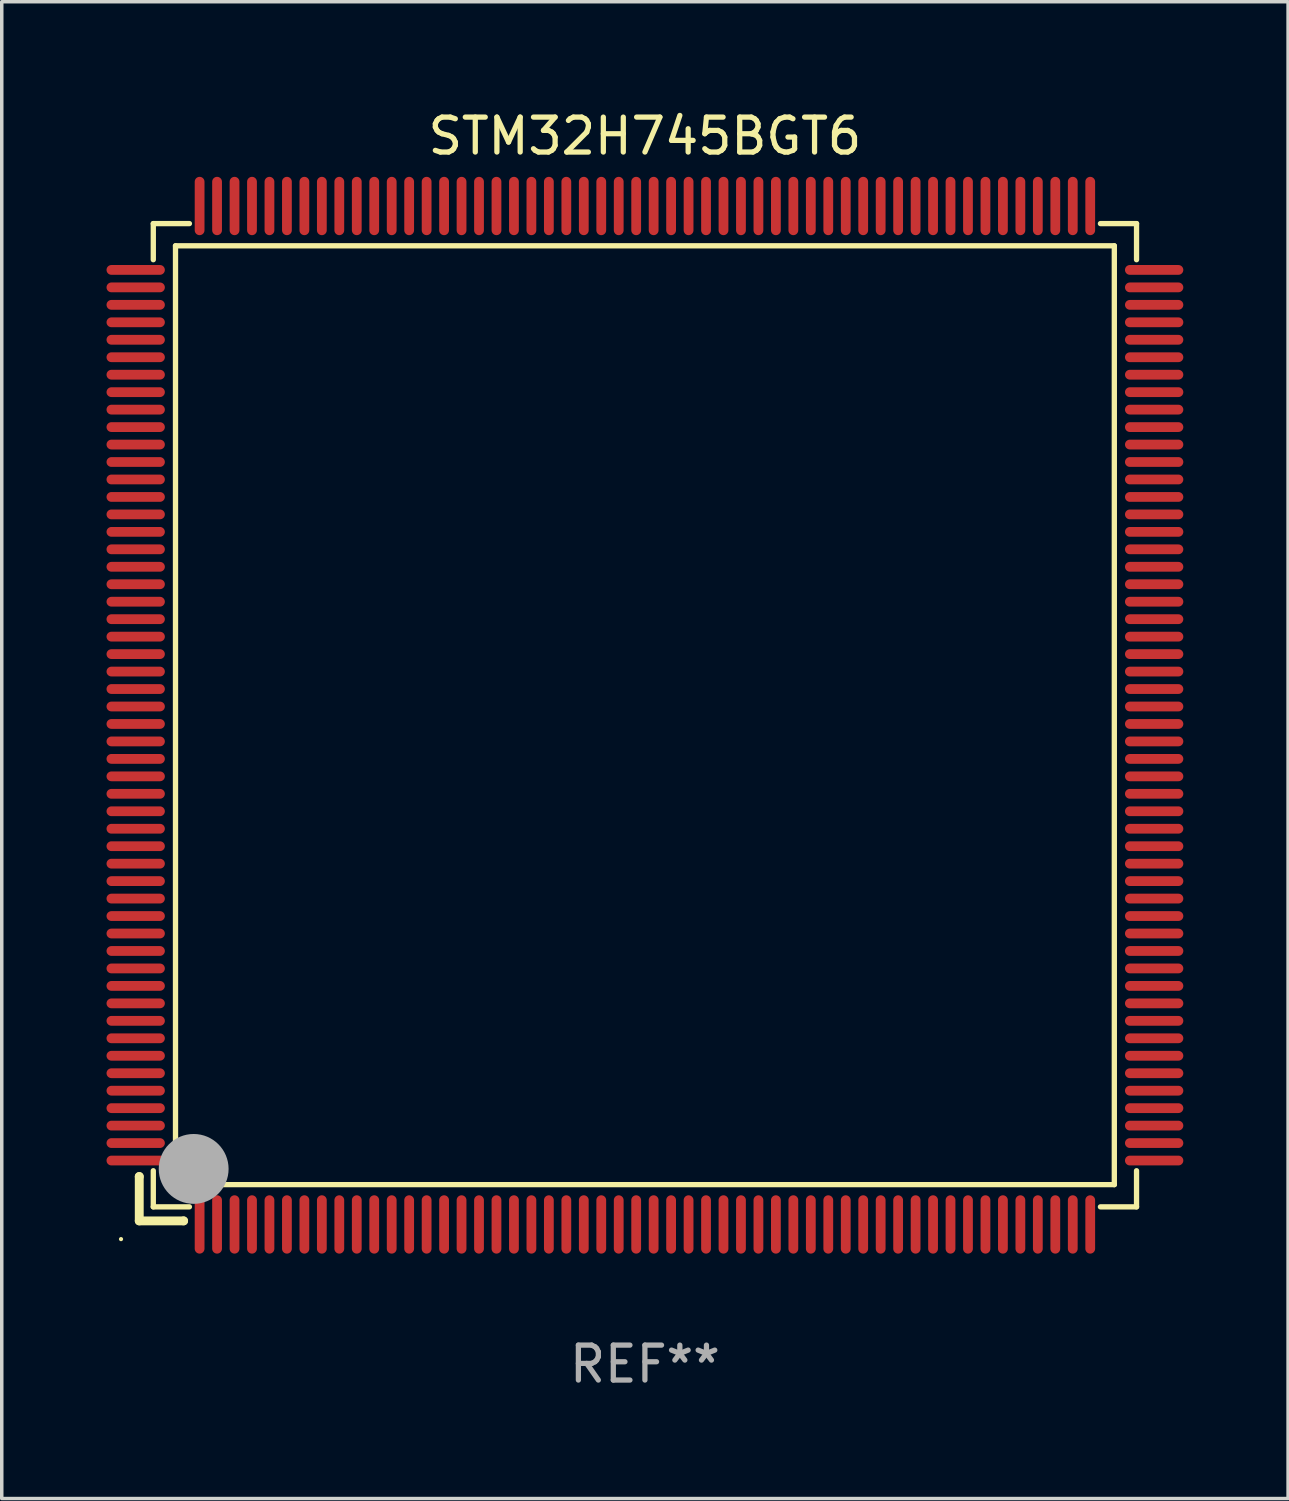
<source format=kicad_pcb>
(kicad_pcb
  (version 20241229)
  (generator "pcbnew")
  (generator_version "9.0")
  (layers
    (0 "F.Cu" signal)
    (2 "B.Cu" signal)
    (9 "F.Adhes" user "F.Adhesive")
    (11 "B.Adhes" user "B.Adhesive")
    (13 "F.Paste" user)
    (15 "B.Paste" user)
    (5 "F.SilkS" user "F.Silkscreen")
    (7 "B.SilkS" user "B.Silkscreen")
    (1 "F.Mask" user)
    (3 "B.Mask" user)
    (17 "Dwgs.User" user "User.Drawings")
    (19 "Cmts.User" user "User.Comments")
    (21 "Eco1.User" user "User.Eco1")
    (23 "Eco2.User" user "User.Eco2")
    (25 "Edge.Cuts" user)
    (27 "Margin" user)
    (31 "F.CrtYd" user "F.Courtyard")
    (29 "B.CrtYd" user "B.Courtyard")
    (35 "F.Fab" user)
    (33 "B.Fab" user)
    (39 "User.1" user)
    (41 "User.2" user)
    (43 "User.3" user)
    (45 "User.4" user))
  (footprint "STM32H745BGT6"
    (layer "F.Cu")
    (at 15.415 17.428)
    (property "Reference" "STM32H745BGT6" (at 0 -16.58 0) (layer "F.SilkS") (effects (font (size 1 1) (thickness 0.15))))
    (attr through_hole)
    (fp_line (start -14.478 13.208) (end -14.478 13.208) (stroke (width 0.254) (type solid)) (layer "F.SilkS"))
    (fp_line (start -14.478 13.208) (end -14.478 14.478) (stroke (width 0.254) (type solid)) (layer "F.SilkS"))
    (fp_line (start -14.478 14.478) (end -13.208 14.478) (stroke (width 0.254) (type solid)) (layer "F.SilkS"))
    (fp_line (start -14.076 -14.076) (end -14.076 -13.042) (stroke (width 0.152) (type solid)) (layer "F.SilkS"))
    (fp_line (start -14.076 14.076) (end -14.076 13.042) (stroke (width 0.152) (type solid)) (layer "F.SilkS"))
    (fp_line (start -13.44 -13.44) (end 13.44 -13.44) (stroke (width 0.152) (type solid)) (layer "F.SilkS"))
    (fp_line (start -13.44 13.44) (end -13.44 -13.44) (stroke (width 0.152) (type solid)) (layer "F.SilkS"))
    (fp_line (start -13.208 14.478) (end -13.208 14.478) (stroke (width 0.254) (type solid)) (layer "F.SilkS"))
    (fp_line (start -13.042 -14.076) (end -14.076 -14.076) (stroke (width 0.152) (type solid)) (layer "F.SilkS"))
    (fp_line (start -13.042 14.076) (end -14.076 14.076) (stroke (width 0.152) (type solid)) (layer "F.SilkS"))
    (fp_line (start 13.042 -14.076) (end 14.076 -14.076) (stroke (width 0.152) (type solid)) (layer "F.SilkS"))
    (fp_line (start 13.042 14.076) (end 14.076 14.076) (stroke (width 0.152) (type solid)) (layer "F.SilkS"))
    (fp_line (start 13.44 -13.44) (end 13.44 13.44) (stroke (width 0.152) (type solid)) (layer "F.SilkS"))
    (fp_line (start 13.44 13.44) (end -13.44 13.44) (stroke (width 0.152) (type solid)) (layer "F.SilkS"))
    (fp_line (start 14.076 -14.076) (end 14.076 -13.042) (stroke (width 0.152) (type solid)) (layer "F.SilkS"))
    (fp_line (start 14.076 14.076) (end 14.076 13.042) (stroke (width 0.152) (type solid)) (layer "F.SilkS"))
    (fp_circle (center -15 15) (end -14.97 15) (stroke (width 0.06) (type solid)) (fill no) (layer "F.SilkS"))
    (fp_circle (center -13.138 13.138) (end -13.063 13.138) (stroke (width 0.15) (type solid)) (fill no) (layer "F.SilkS"))
    (fp_circle (center -12.92 12.99) (end -12.42 12.99) (stroke (width 1) (type solid)) (fill no) (layer "F.Fab"))
    (fp_text user "REF**" (at 0 18.58 0) (layer "F.Fab") (effects (font (size 1 1) (thickness 0.15))))
    (pad "1" smd oval (at -12.75 14.58) (size 0.28 1.67) (layers "F.Cu" "F.Mask" "F.Paste"))
    (pad "2" smd oval (at -12.25 14.58) (size 0.28 1.67) (layers "F.Cu" "F.Mask" "F.Paste"))
    (pad "3" smd oval (at -11.75 14.58) (size 0.28 1.67) (layers "F.Cu" "F.Mask" "F.Paste"))
    (pad "4" smd oval (at -11.25 14.58) (size 0.28 1.67) (layers "F.Cu" "F.Mask" "F.Paste"))
    (pad "5" smd oval (at -10.75 14.58) (size 0.28 1.67) (layers "F.Cu" "F.Mask" "F.Paste"))
    (pad "6" smd oval (at -10.25 14.58) (size 0.28 1.67) (layers "F.Cu" "F.Mask" "F.Paste"))
    (pad "7" smd oval (at -9.75 14.58) (size 0.28 1.67) (layers "F.Cu" "F.Mask" "F.Paste"))
    (pad "8" smd oval (at -9.25 14.58) (size 0.28 1.67) (layers "F.Cu" "F.Mask" "F.Paste"))
    (pad "9" smd oval (at -8.75 14.58) (size 0.28 1.67) (layers "F.Cu" "F.Mask" "F.Paste"))
    (pad "10" smd oval (at -8.25 14.58) (size 0.28 1.67) (layers "F.Cu" "F.Mask" "F.Paste"))
    (pad "11" smd oval (at -7.75 14.58) (size 0.28 1.67) (layers "F.Cu" "F.Mask" "F.Paste"))
    (pad "12" smd oval (at -7.25 14.58) (size 0.28 1.67) (layers "F.Cu" "F.Mask" "F.Paste"))
    (pad "13" smd oval (at -6.75 14.58) (size 0.28 1.67) (layers "F.Cu" "F.Mask" "F.Paste"))
    (pad "14" smd oval (at -6.25 14.58) (size 0.28 1.67) (layers "F.Cu" "F.Mask" "F.Paste"))
    (pad "15" smd oval (at -5.75 14.58) (size 0.28 1.67) (layers "F.Cu" "F.Mask" "F.Paste"))
    (pad "16" smd oval (at -5.25 14.58) (size 0.28 1.67) (layers "F.Cu" "F.Mask" "F.Paste"))
    (pad "17" smd oval (at -4.75 14.58) (size 0.28 1.67) (layers "F.Cu" "F.Mask" "F.Paste"))
    (pad "18" smd oval (at -4.25 14.58) (size 0.28 1.67) (layers "F.Cu" "F.Mask" "F.Paste"))
    (pad "19" smd oval (at -3.75 14.58) (size 0.28 1.67) (layers "F.Cu" "F.Mask" "F.Paste"))
    (pad "20" smd oval (at -3.25 14.58) (size 0.28 1.67) (layers "F.Cu" "F.Mask" "F.Paste"))
    (pad "21" smd oval (at -2.75 14.58) (size 0.28 1.67) (layers "F.Cu" "F.Mask" "F.Paste"))
    (pad "22" smd oval (at -2.25 14.58) (size 0.28 1.67) (layers "F.Cu" "F.Mask" "F.Paste"))
    (pad "23" smd oval (at -1.75 14.58) (size 0.28 1.67) (layers "F.Cu" "F.Mask" "F.Paste"))
    (pad "24" smd oval (at -1.25 14.58) (size 0.28 1.67) (layers "F.Cu" "F.Mask" "F.Paste"))
    (pad "25" smd oval (at -0.75 14.58) (size 0.28 1.67) (layers "F.Cu" "F.Mask" "F.Paste"))
    (pad "26" smd oval (at -0.25 14.58) (size 0.28 1.67) (layers "F.Cu" "F.Mask" "F.Paste"))
    (pad "27" smd oval (at 0.25 14.58) (size 0.28 1.67) (layers "F.Cu" "F.Mask" "F.Paste"))
    (pad "28" smd oval (at 0.75 14.58) (size 0.28 1.67) (layers "F.Cu" "F.Mask" "F.Paste"))
    (pad "29" smd oval (at 1.25 14.58) (size 0.28 1.67) (layers "F.Cu" "F.Mask" "F.Paste"))
    (pad "30" smd oval (at 1.75 14.58) (size 0.28 1.67) (layers "F.Cu" "F.Mask" "F.Paste"))
    (pad "31" smd oval (at 2.25 14.58) (size 0.28 1.67) (layers "F.Cu" "F.Mask" "F.Paste"))
    (pad "32" smd oval (at 2.75 14.58) (size 0.28 1.67) (layers "F.Cu" "F.Mask" "F.Paste"))
    (pad "33" smd oval (at 3.25 14.58) (size 0.28 1.67) (layers "F.Cu" "F.Mask" "F.Paste"))
    (pad "34" smd oval (at 3.75 14.58) (size 0.28 1.67) (layers "F.Cu" "F.Mask" "F.Paste"))
    (pad "35" smd oval (at 4.25 14.58) (size 0.28 1.67) (layers "F.Cu" "F.Mask" "F.Paste"))
    (pad "36" smd oval (at 4.75 14.58) (size 0.28 1.67) (layers "F.Cu" "F.Mask" "F.Paste"))
    (pad "37" smd oval (at 5.25 14.58) (size 0.28 1.67) (layers "F.Cu" "F.Mask" "F.Paste"))
    (pad "38" smd oval (at 5.75 14.58) (size 0.28 1.67) (layers "F.Cu" "F.Mask" "F.Paste"))
    (pad "39" smd oval (at 6.25 14.58) (size 0.28 1.67) (layers "F.Cu" "F.Mask" "F.Paste"))
    (pad "40" smd oval (at 6.75 14.58) (size 0.28 1.67) (layers "F.Cu" "F.Mask" "F.Paste"))
    (pad "41" smd oval (at 7.25 14.58) (size 0.28 1.67) (layers "F.Cu" "F.Mask" "F.Paste"))
    (pad "42" smd oval (at 7.75 14.58) (size 0.28 1.67) (layers "F.Cu" "F.Mask" "F.Paste"))
    (pad "43" smd oval (at 8.25 14.58) (size 0.28 1.67) (layers "F.Cu" "F.Mask" "F.Paste"))
    (pad "44" smd oval (at 8.75 14.58) (size 0.28 1.67) (layers "F.Cu" "F.Mask" "F.Paste"))
    (pad "45" smd oval (at 9.25 14.58) (size 0.28 1.67) (layers "F.Cu" "F.Mask" "F.Paste"))
    (pad "46" smd oval (at 9.75 14.58) (size 0.28 1.67) (layers "F.Cu" "F.Mask" "F.Paste"))
    (pad "47" smd oval (at 10.25 14.58) (size 0.28 1.67) (layers "F.Cu" "F.Mask" "F.Paste"))
    (pad "48" smd oval (at 10.75 14.58) (size 0.28 1.67) (layers "F.Cu" "F.Mask" "F.Paste"))
    (pad "49" smd oval (at 11.25 14.58) (size 0.28 1.67) (layers "F.Cu" "F.Mask" "F.Paste"))
    (pad "50" smd oval (at 11.75 14.58) (size 0.28 1.67) (layers "F.Cu" "F.Mask" "F.Paste"))
    (pad "51" smd oval (at 12.25 14.58) (size 0.28 1.67) (layers "F.Cu" "F.Mask" "F.Paste"))
    (pad "52" smd oval (at 12.75 14.58) (size 0.28 1.67) (layers "F.Cu" "F.Mask" "F.Paste"))
    (pad "53" smd oval (at 14.58 12.75) (size 1.67 0.28) (layers "F.Cu" "F.Mask" "F.Paste"))
    (pad "54" smd oval (at 14.58 12.25) (size 1.67 0.28) (layers "F.Cu" "F.Mask" "F.Paste"))
    (pad "55" smd oval (at 14.58 11.75) (size 1.67 0.28) (layers "F.Cu" "F.Mask" "F.Paste"))
    (pad "56" smd oval (at 14.58 11.25) (size 1.67 0.28) (layers "F.Cu" "F.Mask" "F.Paste"))
    (pad "57" smd oval (at 14.58 10.75) (size 1.67 0.28) (layers "F.Cu" "F.Mask" "F.Paste"))
    (pad "58" smd oval (at 14.58 10.25) (size 1.67 0.28) (layers "F.Cu" "F.Mask" "F.Paste"))
    (pad "59" smd oval (at 14.58 9.75) (size 1.67 0.28) (layers "F.Cu" "F.Mask" "F.Paste"))
    (pad "60" smd oval (at 14.58 9.25) (size 1.67 0.28) (layers "F.Cu" "F.Mask" "F.Paste"))
    (pad "61" smd oval (at 14.58 8.75) (size 1.67 0.28) (layers "F.Cu" "F.Mask" "F.Paste"))
    (pad "62" smd oval (at 14.58 8.25) (size 1.67 0.28) (layers "F.Cu" "F.Mask" "F.Paste"))
    (pad "63" smd oval (at 14.58 7.75) (size 1.67 0.28) (layers "F.Cu" "F.Mask" "F.Paste"))
    (pad "64" smd oval (at 14.58 7.25) (size 1.67 0.28) (layers "F.Cu" "F.Mask" "F.Paste"))
    (pad "65" smd oval (at 14.58 6.75) (size 1.67 0.28) (layers "F.Cu" "F.Mask" "F.Paste"))
    (pad "66" smd oval (at 14.58 6.25) (size 1.67 0.28) (layers "F.Cu" "F.Mask" "F.Paste"))
    (pad "67" smd oval (at 14.58 5.75) (size 1.67 0.28) (layers "F.Cu" "F.Mask" "F.Paste"))
    (pad "68" smd oval (at 14.58 5.25) (size 1.67 0.28) (layers "F.Cu" "F.Mask" "F.Paste"))
    (pad "69" smd oval (at 14.58 4.75) (size 1.67 0.28) (layers "F.Cu" "F.Mask" "F.Paste"))
    (pad "70" smd oval (at 14.58 4.25) (size 1.67 0.28) (layers "F.Cu" "F.Mask" "F.Paste"))
    (pad "71" smd oval (at 14.58 3.75) (size 1.67 0.28) (layers "F.Cu" "F.Mask" "F.Paste"))
    (pad "72" smd oval (at 14.58 3.25) (size 1.67 0.28) (layers "F.Cu" "F.Mask" "F.Paste"))
    (pad "73" smd oval (at 14.58 2.75) (size 1.67 0.28) (layers "F.Cu" "F.Mask" "F.Paste"))
    (pad "74" smd oval (at 14.58 2.25) (size 1.67 0.28) (layers "F.Cu" "F.Mask" "F.Paste"))
    (pad "75" smd oval (at 14.58 1.75) (size 1.67 0.28) (layers "F.Cu" "F.Mask" "F.Paste"))
    (pad "76" smd oval (at 14.58 1.25) (size 1.67 0.28) (layers "F.Cu" "F.Mask" "F.Paste"))
    (pad "77" smd oval (at 14.58 0.75) (size 1.67 0.28) (layers "F.Cu" "F.Mask" "F.Paste"))
    (pad "78" smd oval (at 14.58 0.25) (size 1.67 0.28) (layers "F.Cu" "F.Mask" "F.Paste"))
    (pad "79" smd oval (at 14.58 -0.25) (size 1.67 0.28) (layers "F.Cu" "F.Mask" "F.Paste"))
    (pad "80" smd oval (at 14.58 -0.75) (size 1.67 0.28) (layers "F.Cu" "F.Mask" "F.Paste"))
    (pad "81" smd oval (at 14.58 -1.25) (size 1.67 0.28) (layers "F.Cu" "F.Mask" "F.Paste"))
    (pad "82" smd oval (at 14.58 -1.75) (size 1.67 0.28) (layers "F.Cu" "F.Mask" "F.Paste"))
    (pad "83" smd oval (at 14.58 -2.25) (size 1.67 0.28) (layers "F.Cu" "F.Mask" "F.Paste"))
    (pad "84" smd oval (at 14.58 -2.75) (size 1.67 0.28) (layers "F.Cu" "F.Mask" "F.Paste"))
    (pad "85" smd oval (at 14.58 -3.25) (size 1.67 0.28) (layers "F.Cu" "F.Mask" "F.Paste"))
    (pad "86" smd oval (at 14.58 -3.75) (size 1.67 0.28) (layers "F.Cu" "F.Mask" "F.Paste"))
    (pad "87" smd oval (at 14.58 -4.25) (size 1.67 0.28) (layers "F.Cu" "F.Mask" "F.Paste"))
    (pad "88" smd oval (at 14.58 -4.75) (size 1.67 0.28) (layers "F.Cu" "F.Mask" "F.Paste"))
    (pad "89" smd oval (at 14.58 -5.25) (size 1.67 0.28) (layers "F.Cu" "F.Mask" "F.Paste"))
    (pad "90" smd oval (at 14.58 -5.75) (size 1.67 0.28) (layers "F.Cu" "F.Mask" "F.Paste"))
    (pad "91" smd oval (at 14.58 -6.25) (size 1.67 0.28) (layers "F.Cu" "F.Mask" "F.Paste"))
    (pad "92" smd oval (at 14.58 -6.75) (size 1.67 0.28) (layers "F.Cu" "F.Mask" "F.Paste"))
    (pad "93" smd oval (at 14.58 -7.25) (size 1.67 0.28) (layers "F.Cu" "F.Mask" "F.Paste"))
    (pad "94" smd oval (at 14.58 -7.75) (size 1.67 0.28) (layers "F.Cu" "F.Mask" "F.Paste"))
    (pad "95" smd oval (at 14.58 -8.25) (size 1.67 0.28) (layers "F.Cu" "F.Mask" "F.Paste"))
    (pad "96" smd oval (at 14.58 -8.75) (size 1.67 0.28) (layers "F.Cu" "F.Mask" "F.Paste"))
    (pad "97" smd oval (at 14.58 -9.25) (size 1.67 0.28) (layers "F.Cu" "F.Mask" "F.Paste"))
    (pad "98" smd oval (at 14.58 -9.75) (size 1.67 0.28) (layers "F.Cu" "F.Mask" "F.Paste"))
    (pad "99" smd oval (at 14.58 -10.25) (size 1.67 0.28) (layers "F.Cu" "F.Mask" "F.Paste"))
    (pad "100" smd oval (at 14.58 -10.75) (size 1.67 0.28) (layers "F.Cu" "F.Mask" "F.Paste"))
    (pad "101" smd oval (at 14.58 -11.25) (size 1.67 0.28) (layers "F.Cu" "F.Mask" "F.Paste"))
    (pad "102" smd oval (at 14.58 -11.75) (size 1.67 0.28) (layers "F.Cu" "F.Mask" "F.Paste"))
    (pad "103" smd oval (at 14.58 -12.25) (size 1.67 0.28) (layers "F.Cu" "F.Mask" "F.Paste"))
    (pad "104" smd oval (at 14.58 -12.75) (size 1.67 0.28) (layers "F.Cu" "F.Mask" "F.Paste"))
    (pad "105" smd oval (at 12.75 -14.58) (size 0.28 1.67) (layers "F.Cu" "F.Mask" "F.Paste"))
    (pad "106" smd oval (at 12.25 -14.58) (size 0.28 1.67) (layers "F.Cu" "F.Mask" "F.Paste"))
    (pad "107" smd oval (at 11.75 -14.58) (size 0.28 1.67) (layers "F.Cu" "F.Mask" "F.Paste"))
    (pad "108" smd oval (at 11.25 -14.58) (size 0.28 1.67) (layers "F.Cu" "F.Mask" "F.Paste"))
    (pad "109" smd oval (at 10.75 -14.58) (size 0.28 1.67) (layers "F.Cu" "F.Mask" "F.Paste"))
    (pad "110" smd oval (at 10.25 -14.58) (size 0.28 1.67) (layers "F.Cu" "F.Mask" "F.Paste"))
    (pad "111" smd oval (at 9.75 -14.58) (size 0.28 1.67) (layers "F.Cu" "F.Mask" "F.Paste"))
    (pad "112" smd oval (at 9.25 -14.58) (size 0.28 1.67) (layers "F.Cu" "F.Mask" "F.Paste"))
    (pad "113" smd oval (at 8.75 -14.58) (size 0.28 1.67) (layers "F.Cu" "F.Mask" "F.Paste"))
    (pad "114" smd oval (at 8.25 -14.58) (size 0.28 1.67) (layers "F.Cu" "F.Mask" "F.Paste"))
    (pad "115" smd oval (at 7.75 -14.58) (size 0.28 1.67) (layers "F.Cu" "F.Mask" "F.Paste"))
    (pad "116" smd oval (at 7.25 -14.58) (size 0.28 1.67) (layers "F.Cu" "F.Mask" "F.Paste"))
    (pad "117" smd oval (at 6.75 -14.58) (size 0.28 1.67) (layers "F.Cu" "F.Mask" "F.Paste"))
    (pad "118" smd oval (at 6.25 -14.58) (size 0.28 1.67) (layers "F.Cu" "F.Mask" "F.Paste"))
    (pad "119" smd oval (at 5.75 -14.58) (size 0.28 1.67) (layers "F.Cu" "F.Mask" "F.Paste"))
    (pad "120" smd oval (at 5.25 -14.58) (size 0.28 1.67) (layers "F.Cu" "F.Mask" "F.Paste"))
    (pad "121" smd oval (at 4.75 -14.58) (size 0.28 1.67) (layers "F.Cu" "F.Mask" "F.Paste"))
    (pad "122" smd oval (at 4.25 -14.58) (size 0.28 1.67) (layers "F.Cu" "F.Mask" "F.Paste"))
    (pad "123" smd oval (at 3.75 -14.58) (size 0.28 1.67) (layers "F.Cu" "F.Mask" "F.Paste"))
    (pad "124" smd oval (at 3.25 -14.58) (size 0.28 1.67) (layers "F.Cu" "F.Mask" "F.Paste"))
    (pad "125" smd oval (at 2.75 -14.58) (size 0.28 1.67) (layers "F.Cu" "F.Mask" "F.Paste"))
    (pad "126" smd oval (at 2.25 -14.58) (size 0.28 1.67) (layers "F.Cu" "F.Mask" "F.Paste"))
    (pad "127" smd oval (at 1.75 -14.58) (size 0.28 1.67) (layers "F.Cu" "F.Mask" "F.Paste"))
    (pad "128" smd oval (at 1.25 -14.58) (size 0.28 1.67) (layers "F.Cu" "F.Mask" "F.Paste"))
    (pad "129" smd oval (at 0.75 -14.58) (size 0.28 1.67) (layers "F.Cu" "F.Mask" "F.Paste"))
    (pad "130" smd oval (at 0.25 -14.58) (size 0.28 1.67) (layers "F.Cu" "F.Mask" "F.Paste"))
    (pad "131" smd oval (at -0.25 -14.58) (size 0.28 1.67) (layers "F.Cu" "F.Mask" "F.Paste"))
    (pad "132" smd oval (at -0.75 -14.58) (size 0.28 1.67) (layers "F.Cu" "F.Mask" "F.Paste"))
    (pad "133" smd oval (at -1.25 -14.58) (size 0.28 1.67) (layers "F.Cu" "F.Mask" "F.Paste"))
    (pad "134" smd oval (at -1.75 -14.58) (size 0.28 1.67) (layers "F.Cu" "F.Mask" "F.Paste"))
    (pad "135" smd oval (at -2.25 -14.58) (size 0.28 1.67) (layers "F.Cu" "F.Mask" "F.Paste"))
    (pad "136" smd oval (at -2.75 -14.58) (size 0.28 1.67) (layers "F.Cu" "F.Mask" "F.Paste"))
    (pad "137" smd oval (at -3.25 -14.58) (size 0.28 1.67) (layers "F.Cu" "F.Mask" "F.Paste"))
    (pad "138" smd oval (at -3.75 -14.58) (size 0.28 1.67) (layers "F.Cu" "F.Mask" "F.Paste"))
    (pad "139" smd oval (at -4.25 -14.58) (size 0.28 1.67) (layers "F.Cu" "F.Mask" "F.Paste"))
    (pad "140" smd oval (at -4.75 -14.58) (size 0.28 1.67) (layers "F.Cu" "F.Mask" "F.Paste"))
    (pad "141" smd oval (at -5.25 -14.58) (size 0.28 1.67) (layers "F.Cu" "F.Mask" "F.Paste"))
    (pad "142" smd oval (at -5.75 -14.58) (size 0.28 1.67) (layers "F.Cu" "F.Mask" "F.Paste"))
    (pad "143" smd oval (at -6.25 -14.58) (size 0.28 1.67) (layers "F.Cu" "F.Mask" "F.Paste"))
    (pad "144" smd oval (at -6.75 -14.58) (size 0.28 1.67) (layers "F.Cu" "F.Mask" "F.Paste"))
    (pad "145" smd oval (at -7.25 -14.58) (size 0.28 1.67) (layers "F.Cu" "F.Mask" "F.Paste"))
    (pad "146" smd oval (at -7.75 -14.58) (size 0.28 1.67) (layers "F.Cu" "F.Mask" "F.Paste"))
    (pad "147" smd oval (at -8.25 -14.58) (size 0.28 1.67) (layers "F.Cu" "F.Mask" "F.Paste"))
    (pad "148" smd oval (at -8.75 -14.58) (size 0.28 1.67) (layers "F.Cu" "F.Mask" "F.Paste"))
    (pad "149" smd oval (at -9.25 -14.58) (size 0.28 1.67) (layers "F.Cu" "F.Mask" "F.Paste"))
    (pad "150" smd oval (at -9.75 -14.58) (size 0.28 1.67) (layers "F.Cu" "F.Mask" "F.Paste"))
    (pad "151" smd oval (at -10.25 -14.58) (size 0.28 1.67) (layers "F.Cu" "F.Mask" "F.Paste"))
    (pad "152" smd oval (at -10.75 -14.58) (size 0.28 1.67) (layers "F.Cu" "F.Mask" "F.Paste"))
    (pad "153" smd oval (at -11.25 -14.58) (size 0.28 1.67) (layers "F.Cu" "F.Mask" "F.Paste"))
    (pad "154" smd oval (at -11.75 -14.58) (size 0.28 1.67) (layers "F.Cu" "F.Mask" "F.Paste"))
    (pad "155" smd oval (at -12.25 -14.58) (size 0.28 1.67) (layers "F.Cu" "F.Mask" "F.Paste"))
    (pad "156" smd oval (at -12.75 -14.58) (size 0.28 1.67) (layers "F.Cu" "F.Mask" "F.Paste"))
    (pad "157" smd oval (at -14.58 -12.75) (size 1.67 0.28) (layers "F.Cu" "F.Mask" "F.Paste"))
    (pad "158" smd oval (at -14.58 -12.25) (size 1.67 0.28) (layers "F.Cu" "F.Mask" "F.Paste"))
    (pad "159" smd oval (at -14.58 -11.75) (size 1.67 0.28) (layers "F.Cu" "F.Mask" "F.Paste"))
    (pad "160" smd oval (at -14.58 -11.25) (size 1.67 0.28) (layers "F.Cu" "F.Mask" "F.Paste"))
    (pad "161" smd oval (at -14.58 -10.75) (size 1.67 0.28) (layers "F.Cu" "F.Mask" "F.Paste"))
    (pad "162" smd oval (at -14.58 -10.25) (size 1.67 0.28) (layers "F.Cu" "F.Mask" "F.Paste"))
    (pad "163" smd oval (at -14.58 -9.75) (size 1.67 0.28) (layers "F.Cu" "F.Mask" "F.Paste"))
    (pad "164" smd oval (at -14.58 -9.25) (size 1.67 0.28) (layers "F.Cu" "F.Mask" "F.Paste"))
    (pad "165" smd oval (at -14.58 -8.75) (size 1.67 0.28) (layers "F.Cu" "F.Mask" "F.Paste"))
    (pad "166" smd oval (at -14.58 -8.25) (size 1.67 0.28) (layers "F.Cu" "F.Mask" "F.Paste"))
    (pad "167" smd oval (at -14.58 -7.75) (size 1.67 0.28) (layers "F.Cu" "F.Mask" "F.Paste"))
    (pad "168" smd oval (at -14.58 -7.25) (size 1.67 0.28) (layers "F.Cu" "F.Mask" "F.Paste"))
    (pad "169" smd oval (at -14.58 -6.75) (size 1.67 0.28) (layers "F.Cu" "F.Mask" "F.Paste"))
    (pad "170" smd oval (at -14.58 -6.25) (size 1.67 0.28) (layers "F.Cu" "F.Mask" "F.Paste"))
    (pad "171" smd oval (at -14.58 -5.75) (size 1.67 0.28) (layers "F.Cu" "F.Mask" "F.Paste"))
    (pad "172" smd oval (at -14.58 -5.25) (size 1.67 0.28) (layers "F.Cu" "F.Mask" "F.Paste"))
    (pad "173" smd oval (at -14.58 -4.75) (size 1.67 0.28) (layers "F.Cu" "F.Mask" "F.Paste"))
    (pad "174" smd oval (at -14.58 -4.25) (size 1.67 0.28) (layers "F.Cu" "F.Mask" "F.Paste"))
    (pad "175" smd oval (at -14.58 -3.75) (size 1.67 0.28) (layers "F.Cu" "F.Mask" "F.Paste"))
    (pad "176" smd oval (at -14.58 -3.25) (size 1.67 0.28) (layers "F.Cu" "F.Mask" "F.Paste"))
    (pad "177" smd oval (at -14.58 -2.75) (size 1.67 0.28) (layers "F.Cu" "F.Mask" "F.Paste"))
    (pad "178" smd oval (at -14.58 -2.25) (size 1.67 0.28) (layers "F.Cu" "F.Mask" "F.Paste"))
    (pad "179" smd oval (at -14.58 -1.75) (size 1.67 0.28) (layers "F.Cu" "F.Mask" "F.Paste"))
    (pad "180" smd oval (at -14.58 -1.25) (size 1.67 0.28) (layers "F.Cu" "F.Mask" "F.Paste"))
    (pad "181" smd oval (at -14.58 -0.75) (size 1.67 0.28) (layers "F.Cu" "F.Mask" "F.Paste"))
    (pad "182" smd oval (at -14.58 -0.25) (size 1.67 0.28) (layers "F.Cu" "F.Mask" "F.Paste"))
    (pad "183" smd oval (at -14.58 0.25) (size 1.67 0.28) (layers "F.Cu" "F.Mask" "F.Paste"))
    (pad "184" smd oval (at -14.58 0.75) (size 1.67 0.28) (layers "F.Cu" "F.Mask" "F.Paste"))
    (pad "185" smd oval (at -14.58 1.25) (size 1.67 0.28) (layers "F.Cu" "F.Mask" "F.Paste"))
    (pad "186" smd oval (at -14.58 1.75) (size 1.67 0.28) (layers "F.Cu" "F.Mask" "F.Paste"))
    (pad "187" smd oval (at -14.58 2.25) (size 1.67 0.28) (layers "F.Cu" "F.Mask" "F.Paste"))
    (pad "188" smd oval (at -14.58 2.75) (size 1.67 0.28) (layers "F.Cu" "F.Mask" "F.Paste"))
    (pad "189" smd oval (at -14.58 3.25) (size 1.67 0.28) (layers "F.Cu" "F.Mask" "F.Paste"))
    (pad "190" smd oval (at -14.58 3.75) (size 1.67 0.28) (layers "F.Cu" "F.Mask" "F.Paste"))
    (pad "191" smd oval (at -14.58 4.25) (size 1.67 0.28) (layers "F.Cu" "F.Mask" "F.Paste"))
    (pad "192" smd oval (at -14.58 4.75) (size 1.67 0.28) (layers "F.Cu" "F.Mask" "F.Paste"))
    (pad "193" smd oval (at -14.58 5.25) (size 1.67 0.28) (layers "F.Cu" "F.Mask" "F.Paste"))
    (pad "194" smd oval (at -14.58 5.75) (size 1.67 0.28) (layers "F.Cu" "F.Mask" "F.Paste"))
    (pad "195" smd oval (at -14.58 6.25) (size 1.67 0.28) (layers "F.Cu" "F.Mask" "F.Paste"))
    (pad "196" smd oval (at -14.58 6.75) (size 1.67 0.28) (layers "F.Cu" "F.Mask" "F.Paste"))
    (pad "197" smd oval (at -14.58 7.25) (size 1.67 0.28) (layers "F.Cu" "F.Mask" "F.Paste"))
    (pad "198" smd oval (at -14.58 7.75) (size 1.67 0.28) (layers "F.Cu" "F.Mask" "F.Paste"))
    (pad "199" smd oval (at -14.58 8.25) (size 1.67 0.28) (layers "F.Cu" "F.Mask" "F.Paste"))
    (pad "200" smd oval (at -14.58 8.75) (size 1.67 0.28) (layers "F.Cu" "F.Mask" "F.Paste"))
    (pad "201" smd oval (at -14.58 9.25) (size 1.67 0.28) (layers "F.Cu" "F.Mask" "F.Paste"))
    (pad "202" smd oval (at -14.58 9.75) (size 1.67 0.28) (layers "F.Cu" "F.Mask" "F.Paste"))
    (pad "203" smd oval (at -14.58 10.25) (size 1.67 0.28) (layers "F.Cu" "F.Mask" "F.Paste"))
    (pad "204" smd oval (at -14.58 10.75) (size 1.67 0.28) (layers "F.Cu" "F.Mask" "F.Paste"))
    (pad "205" smd oval (at -14.58 11.25) (size 1.67 0.28) (layers "F.Cu" "F.Mask" "F.Paste"))
    (pad "206" smd oval (at -14.58 11.75) (size 1.67 0.28) (layers "F.Cu" "F.Mask" "F.Paste"))
    (pad "207" smd oval (at -14.58 12.25) (size 1.67 0.28) (layers "F.Cu" "F.Mask" "F.Paste"))
    (pad "208" smd oval (at -14.58 12.75) (size 1.67 0.28) (layers "F.Cu" "F.Mask" "F.Paste")))
  (gr_rect
    (start -3 -3)
    (end 33.83 39.856)
    (stroke (width 0.1) (type default))
    (fill no)
    (layer "Edge.Cuts")))
</source>
